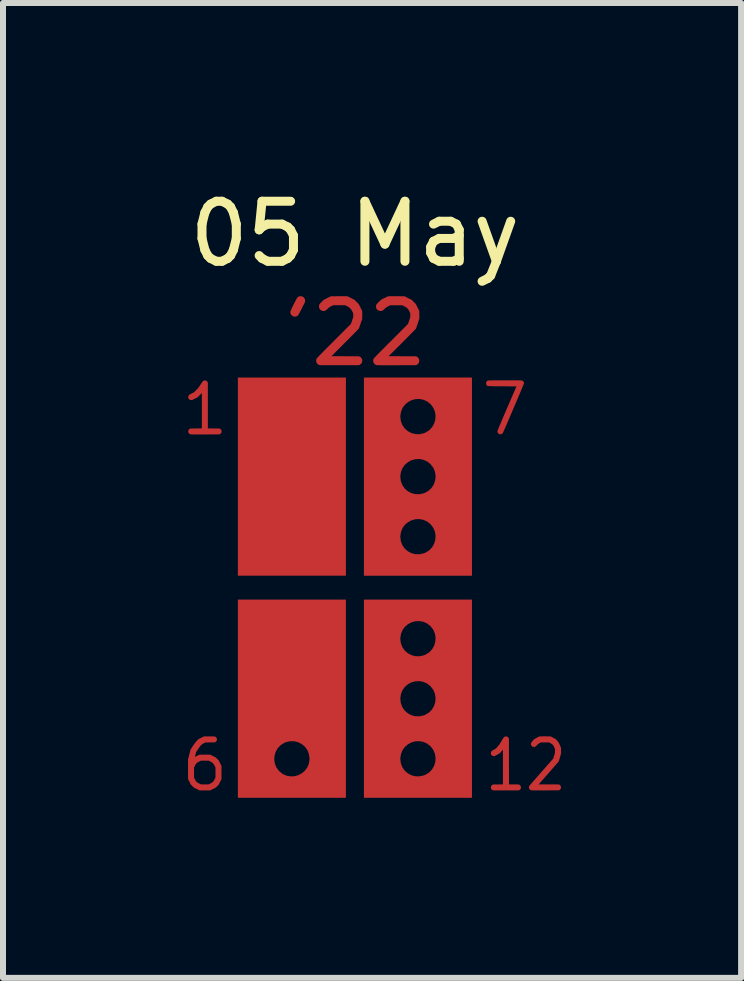
<source format=kicad_pcb>
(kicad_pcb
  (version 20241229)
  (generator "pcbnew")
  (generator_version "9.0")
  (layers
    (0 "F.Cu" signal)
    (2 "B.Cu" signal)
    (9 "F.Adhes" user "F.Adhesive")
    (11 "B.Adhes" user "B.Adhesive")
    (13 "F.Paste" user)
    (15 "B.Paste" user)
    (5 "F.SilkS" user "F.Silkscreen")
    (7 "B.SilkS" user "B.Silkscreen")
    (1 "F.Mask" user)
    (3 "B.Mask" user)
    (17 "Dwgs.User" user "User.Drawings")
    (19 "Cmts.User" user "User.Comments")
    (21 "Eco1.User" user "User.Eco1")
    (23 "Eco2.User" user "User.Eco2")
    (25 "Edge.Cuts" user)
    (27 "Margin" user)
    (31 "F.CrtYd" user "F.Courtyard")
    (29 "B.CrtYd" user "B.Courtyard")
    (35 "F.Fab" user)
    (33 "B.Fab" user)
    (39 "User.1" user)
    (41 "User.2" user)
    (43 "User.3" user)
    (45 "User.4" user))
  (footprint "05 May"
    (layer "F.Cu")
    (at 2.863 6.741)
    (property "Reference" "05 May" (at 0 -5.893 0) (unlocked yes) (layer "F.SilkS") (effects (font (size 1 1) (thickness 0.15))))
    (attr smd)
    (pad "1" smd custom (at -2.718 2.996) (size 0.01 0.01) (layers "F.Cu" "F.Mask" "F.Paste") (options (anchor circle)) (primitives (gr_poly (pts (xy 0.312 -0.518) (xy 0.329 -0.518) (xy 0.342 -0.518) (xy 0.354 -0.518) (xy 0.363 -0.517) (xy 0.37 -0.517) (xy 0.376 -0.517) (xy 0.38 -0.517) (xy 0.383 -0.516) (xy 0.385 -0.516) (xy 0.387 -0.515) (xy 0.389 -0.515) (xy 0.39 -0.514) (xy 0.399 -0.508) (xy 0.408 -0.5) (xy 0.414 -0.49) (xy 0.415 -0.489) (xy 0.417 -0.484) (xy 0.418 -0.479) (xy 0.419 -0.472) (xy 0.419 -0.468) (xy 0.418 -0.46) (xy 0.418 -0.454) (xy 0.416 -0.449) (xy 0.415 -0.447) (xy 0.408 -0.437) (xy 0.4 -0.429) (xy 0.391 -0.423) (xy 0.39 -0.422) (xy 0.388 -0.421) (xy 0.386 -0.421) (xy 0.384 -0.42) (xy 0.381 -0.42) (xy 0.376 -0.419) (xy 0.371 -0.419) (xy 0.364 -0.419) (xy 0.355 -0.418) (xy 0.344 -0.418) (xy 0.33 -0.418) (xy 0.313 -0.418) (xy 0.305 -0.418) (xy 0.227 -0.417) (xy 0.199 -0.403) (xy 0.189 -0.398) (xy 0.182 -0.394) (xy 0.176 -0.39) (xy 0.171 -0.387) (xy 0.167 -0.383) (xy 0.162 -0.379) (xy 0.157 -0.374) (xy 0.155 -0.372) (xy 0.15 -0.367) (xy 0.145 -0.362) (xy 0.141 -0.356) (xy 0.135 -0.349) (xy 0.129 -0.341) (xy 0.122 -0.331) (xy 0.114 -0.319) (xy 0.106 -0.306) (xy 0.072 -0.257) (xy 0.063 -0.219) (xy 0.06 -0.208) (xy 0.057 -0.198) (xy 0.055 -0.19) (xy 0.054 -0.184) (xy 0.053 -0.18) (xy 0.053 -0.179) (xy 0.054 -0.179) (xy 0.058 -0.18) (xy 0.064 -0.183) (xy 0.072 -0.187) (xy 0.081 -0.191) (xy 0.09 -0.195) (xy 0.128 -0.214) (xy 0.307 -0.214) (xy 0.399 -0.168) (xy 0.424 -0.143) (xy 0.449 -0.118) (xy 0.472 -0.072) (xy 0.495 -0.026) (xy 0.495 0.193) (xy 0.472 0.239) (xy 0.449 0.285) (xy 0.424 0.31) (xy 0.399 0.335) (xy 0.353 0.358) (xy 0.307 0.381) (xy 0.22 0.381) (xy 0.199 0.381) (xy 0.182 0.381) (xy 0.168 0.381) (xy 0.156 0.381) (xy 0.146 0.381) (xy 0.138 0.38) (xy 0.133 0.38) (xy 0.129 0.38) (xy 0.127 0.379) (xy 0.126 0.379) (xy 0.123 0.378) (xy 0.118 0.375) (xy 0.11 0.372) (xy 0.1 0.367) (xy 0.09 0.362) (xy 0.079 0.356) (xy 0.077 0.355) (xy 0.034 0.334) (xy 0.009 0.309) (xy -0.017 0.284) (xy -0.039 0.238) (xy -0.062 0.193) (xy -0.062 0.167) (xy 0.038 0.167) (xy 0.053 0.196) (xy 0.058 0.206) (xy 0.062 0.214) (xy 0.065 0.22) (xy 0.069 0.225) (xy 0.072 0.229) (xy 0.076 0.233) (xy 0.08 0.238) (xy 0.08 0.238) (xy 0.085 0.243) (xy 0.089 0.246) (xy 0.094 0.25) (xy 0.099 0.253) (xy 0.106 0.257) (xy 0.114 0.261) (xy 0.123 0.266) (xy 0.153 0.281) (xy 0.217 0.281) (xy 0.281 0.281) (xy 0.309 0.267) (xy 0.319 0.261) (xy 0.327 0.257) (xy 0.333 0.254) (xy 0.338 0.251) (xy 0.343 0.247) (xy 0.347 0.243) (xy 0.351 0.239) (xy 0.356 0.234) (xy 0.36 0.23) (xy 0.363 0.226) (xy 0.367 0.221) (xy 0.37 0.216) (xy 0.374 0.208) (xy 0.379 0.198) (xy 0.38 0.196) (xy 0.395 0.167) (xy 0.395 0) (xy 0.38 -0.029) (xy 0.375 -0.039) (xy 0.371 -0.047) (xy 0.367 -0.053) (xy 0.364 -0.058) (xy 0.361 -0.062) (xy 0.357 -0.066) (xy 0.353 -0.071) (xy 0.351 -0.072) (xy 0.346 -0.077) (xy 0.342 -0.081) (xy 0.337 -0.084) (xy 0.332 -0.088) (xy 0.326 -0.091) (xy 0.318 -0.095) (xy 0.309 -0.1) (xy 0.281 -0.114) (xy 0.154 -0.114) (xy 0.123 -0.099) (xy 0.113 -0.094) (xy 0.105 -0.089) (xy 0.099 -0.086) (xy 0.093 -0.083) (xy 0.089 -0.079) (xy 0.085 -0.076) (xy 0.08 -0.071) (xy 0.076 -0.067) (xy 0.072 -0.063) (xy 0.069 -0.059) (xy 0.066 -0.054) (xy 0.062 -0.048) (xy 0.058 -0.04) (xy 0.053 -0.03) (xy 0.053 -0.029) (xy 0.038 0) (xy 0.038 0.167) (xy -0.062 0.167) (xy -0.062 0.031) (xy -0.063 -0.132) (xy -0.042 -0.215) (xy -0.038 -0.231) (xy -0.034 -0.246) (xy -0.03 -0.261) (xy -0.027 -0.273) (xy -0.024 -0.284) (xy -0.022 -0.293) (xy -0.02 -0.299) (xy -0.019 -0.302) (xy -0.018 -0.303) (xy -0.017 -0.305) (xy -0.014 -0.31) (xy -0.009 -0.316) (xy -0.003 -0.325) (xy 0.003 -0.335) (xy 0.011 -0.347) (xy 0.019 -0.359) (xy 0.025 -0.367) (xy 0.034 -0.381) (xy 0.043 -0.393) (xy 0.049 -0.403) (xy 0.055 -0.411) (xy 0.06 -0.418) (xy 0.064 -0.423) (xy 0.069 -0.428) (xy 0.073 -0.433) (xy 0.077 -0.438) (xy 0.082 -0.442) (xy 0.087 -0.448) (xy 0.088 -0.449) (xy 0.111 -0.472) (xy 0.157 -0.495) (xy 0.203 -0.518) (xy 0.293 -0.518)) (width 0) (fill yes))))
    (pad "1" smd custom (at -2.515 -2.794) (size 0.01 0.01) (layers "F.Cu" "F.Mask" "F.Paste") (options (anchor circle)) (primitives (gr_poly (pts (xy 0.025 -0.658) (xy 0.037 -0.654) (xy 0.047 -0.647) (xy 0.055 -0.639) (xy 0.061 -0.629) (xy 0.065 -0.622) (xy 0.065 0.14) (xy 0.161 0.141) (xy 0.182 0.141) (xy 0.199 0.141) (xy 0.213 0.141) (xy 0.225 0.141) (xy 0.235 0.141) (xy 0.243 0.142) (xy 0.249 0.142) (xy 0.253 0.142) (xy 0.257 0.143) (xy 0.26 0.143) (xy 0.262 0.144) (xy 0.264 0.144) (xy 0.265 0.145) (xy 0.275 0.151) (xy 0.283 0.159) (xy 0.289 0.169) (xy 0.29 0.17) (xy 0.292 0.175) (xy 0.293 0.18) (xy 0.294 0.187) (xy 0.294 0.191) (xy 0.294 0.199) (xy 0.293 0.205) (xy 0.291 0.21) (xy 0.29 0.212) (xy 0.283 0.222) (xy 0.275 0.23) (xy 0.266 0.236) (xy 0.265 0.237) (xy 0.257 0.24) (xy 0.018 0.241) (xy -0.014 0.241) (xy -0.044 0.241) (xy -0.071 0.241) (xy -0.095 0.241) (xy -0.116 0.241) (xy -0.135 0.241) (xy -0.152 0.241) (xy -0.166 0.241) (xy -0.178 0.241) (xy -0.189 0.241) (xy -0.198 0.24) (xy -0.205 0.24) (xy -0.211 0.24) (xy -0.216 0.24) (xy -0.22 0.24) (xy -0.223 0.239) (xy -0.225 0.239) (xy -0.227 0.239) (xy -0.228 0.238) (xy -0.229 0.238) (xy -0.24 0.233) (xy -0.249 0.225) (xy -0.255 0.216) (xy -0.26 0.206) (xy -0.262 0.196) (xy -0.262 0.185) (xy -0.259 0.174) (xy -0.255 0.164) (xy -0.248 0.155) (xy -0.238 0.148) (xy -0.233 0.145) (xy -0.231 0.144) (xy -0.23 0.144) (xy -0.228 0.143) (xy -0.225 0.143) (xy -0.221 0.142) (xy -0.217 0.142) (xy -0.21 0.142) (xy -0.202 0.141) (xy -0.193 0.141) (xy -0.181 0.141) (xy -0.166 0.141) (xy -0.149 0.141) (xy -0.13 0.141) (xy -0.035 0.14) (xy -0.035 -0.449) (xy -0.071 -0.413) (xy -0.107 -0.377) (xy -0.198 -0.332) (xy -0.212 -0.332) (xy -0.22 -0.332) (xy -0.226 -0.333) (xy -0.231 -0.334) (xy -0.234 -0.336) (xy -0.244 -0.343) (xy -0.253 -0.352) (xy -0.258 -0.36) (xy -0.261 -0.369) (xy -0.262 -0.379) (xy -0.261 -0.39) (xy -0.259 -0.399) (xy -0.258 -0.402) (xy -0.256 -0.407) (xy -0.253 -0.411) (xy -0.249 -0.415) (xy -0.244 -0.419) (xy -0.238 -0.424) (xy -0.229 -0.428) (xy -0.219 -0.434) (xy -0.206 -0.441) (xy -0.204 -0.442) (xy -0.166 -0.461) (xy -0.131 -0.497) (xy -0.095 -0.533) (xy -0.058 -0.588) (xy -0.048 -0.603) (xy -0.04 -0.616) (xy -0.033 -0.626) (xy -0.027 -0.634) (xy -0.022 -0.64) (xy -0.018 -0.645) (xy -0.014 -0.649) (xy -0.011 -0.652) (xy -0.007 -0.654) (xy -0.003 -0.655) (xy 0.001 -0.657) (xy 0.001 -0.657) (xy 0.013 -0.659)) (width 0) (fill yes))))
    (pad "1" smd custom (at -1.473 3.319) (size 0.01 0.01) (layers "F.Cu" "F.Mask" "F.Paste") (options (anchor circle)) (primitives (gr_poly (pts (xy -0.477 -3.12) (xy 1.323 -3.12) (xy 1.323 -0.469) (xy 0.717 -0.469) (xy 0.708 -0.543) (xy 0.683 -0.609) (xy 0.644 -0.665) (xy 0.593 -0.71) (xy 0.534 -0.742) (xy 0.468 -0.76) (xy 0.397 -0.762) (xy 0.325 -0.746) (xy 0.298 -0.735) (xy 0.237 -0.697) (xy 0.188 -0.646) (xy 0.154 -0.587) (xy 0.134 -0.521) (xy 0.129 -0.453) (xy 0.14 -0.385) (xy 0.167 -0.321) (xy 0.211 -0.263) (xy 0.214 -0.26) (xy 0.272 -0.214) (xy 0.336 -0.186) (xy 0.402 -0.175) (xy 0.468 -0.178) (xy 0.531 -0.196) (xy 0.589 -0.227) (xy 0.639 -0.27) (xy 0.679 -0.323) (xy 0.706 -0.387) (xy 0.717 -0.459) (xy 0.717 -0.469) (xy 1.323 -0.469) (xy 1.323 0.182) (xy -0.477 0.182)) (width 0) (fill yes))))
    (pad "1" smd custom (at -1.448 -0.432) (size 0.01 0.01) (layers "F.Cu" "F.Mask" "F.Paste") (options (anchor circle)) (primitives (gr_poly (pts (xy 1.298 0.232) (xy -0.502 0.232) (xy -0.502 -3.069) (xy 1.298 -3.069)) (width 0) (fill yes))))
    (pad "1" smd custom (at -0.914 -4.75) (size 0.01 0.01) (layers "F.Cu" "F.Mask" "F.Paste") (options (anchor circle)) (primitives (gr_poly (pts (xy 0.028 -0.104) (xy 0.043 -0.099) (xy 0.057 -0.09) (xy 0.063 -0.085) (xy 0.074 -0.071) (xy 0.08 -0.057) (xy 0.083 -0.04) (xy 0.084 -0.031) (xy 0.084 -0.012) (xy 0.03 0.095) (xy 0.017 0.122) (xy 0.005 0.144) (xy -0.004 0.163) (xy -0.013 0.178) (xy -0.02 0.191) (xy -0.026 0.201) (xy -0.031 0.208) (xy -0.036 0.214) (xy -0.04 0.219) (xy -0.045 0.222) (xy -0.05 0.225) (xy -0.055 0.228) (xy -0.056 0.228) (xy -0.068 0.232) (xy -0.082 0.234) (xy -0.097 0.234) (xy -0.109 0.231) (xy -0.109 0.231) (xy -0.126 0.223) (xy -0.14 0.212) (xy -0.151 0.197) (xy -0.159 0.181) (xy -0.162 0.163) (xy -0.162 0.152) (xy -0.16 0.146) (xy -0.157 0.137) (xy -0.151 0.124) (xy -0.144 0.109) (xy -0.136 0.091) (xy -0.127 0.072) (xy -0.117 0.052) (xy -0.107 0.031) (xy -0.097 0.011) (xy -0.086 -0.009) (xy -0.077 -0.028) (xy -0.067 -0.045) (xy -0.059 -0.06) (xy -0.052 -0.072) (xy -0.047 -0.08) (xy -0.043 -0.085) (xy -0.031 -0.095) (xy -0.018 -0.102) (xy -0.003 -0.105) (xy 0.01 -0.106)) (width 0) (fill yes))))
    (pad "1" smd custom (at 0.076 -4.572) (size 0.01 0.01) (layers "F.Cu" "F.Mask" "F.Paste") (options (anchor circle)) (primitives (gr_poly (pts (xy -0.263 -0.284) (xy -0.244 -0.284) (xy -0.229 -0.284) (xy -0.218 -0.283) (xy -0.209 -0.283) (xy -0.203 -0.282) (xy -0.199 -0.282) (xy -0.199 -0.282) (xy -0.194 -0.28) (xy -0.185 -0.276) (xy -0.173 -0.27) (xy -0.16 -0.263) (xy -0.145 -0.256) (xy -0.136 -0.251) (xy -0.083 -0.224) (xy -0.014 -0.155) (xy 0.014 -0.102) (xy 0.021 -0.086) (xy 0.029 -0.072) (xy 0.035 -0.059) (xy 0.04 -0.048) (xy 0.043 -0.041) (xy 0.044 -0.039) (xy 0.045 -0.033) (xy 0.046 -0.025) (xy 0.046 -0.014) (xy 0.047 0.001) (xy 0.047 0.021) (xy 0.046 0.033) (xy 0.046 0.095) (xy 0.02 0.168) (xy 0.014 0.187) (xy 0.008 0.204) (xy 0.002 0.22) (xy -0.003 0.233) (xy -0.006 0.243) (xy -0.009 0.25) (xy -0.009 0.251) (xy -0.011 0.254) (xy -0.014 0.258) (xy -0.02 0.264) (xy -0.027 0.272) (xy -0.037 0.283) (xy -0.05 0.296) (xy -0.064 0.311) (xy -0.082 0.329) (xy -0.102 0.35) (xy -0.125 0.373) (xy -0.152 0.399) (xy -0.181 0.429) (xy -0.214 0.462) (xy -0.24 0.488) (xy -0.466 0.715) (xy -0.237 0.716) (xy -0.199 0.716) (xy -0.165 0.716) (xy -0.135 0.716) (xy -0.109 0.716) (xy -0.087 0.716) (xy -0.068 0.716) (xy -0.052 0.716) (xy -0.039 0.717) (xy -0.029 0.717) (xy -0.021 0.717) (xy -0.014 0.718) (xy -0.009 0.718) (xy -0.006 0.719) (xy -0.003 0.719) (xy -0.000429 0.72) (xy 0.002 0.721) (xy 0.003 0.722) (xy 0.017 0.73) (xy 0.029 0.743) (xy 0.039 0.757) (xy 0.04 0.758) (xy 0.043 0.766) (xy 0.045 0.775) (xy 0.046 0.785) (xy 0.046 0.79) (xy 0.045 0.802) (xy 0.044 0.811) (xy 0.041 0.819) (xy 0.04 0.822) (xy 0.03 0.837) (xy 0.018 0.85) (xy 0.004 0.859) (xy 0.003 0.859) (xy -0.009 0.865) (xy -0.334 0.865) (xy -0.381 0.865) (xy -0.423 0.865) (xy -0.461 0.865) (xy -0.495 0.865) (xy -0.524 0.865) (xy -0.55 0.865) (xy -0.573 0.865) (xy -0.592 0.865) (xy -0.609 0.865) (xy -0.623 0.865) (xy -0.635 0.865) (xy -0.644 0.864) (xy -0.652 0.864) (xy -0.658 0.864) (xy -0.662 0.863) (xy -0.666 0.863) (xy -0.669 0.862) (xy -0.671 0.862) (xy -0.672 0.861) (xy -0.689 0.853) (xy -0.702 0.842) (xy -0.713 0.827) (xy -0.719 0.811) (xy -0.722 0.793) (xy -0.721 0.775) (xy -0.715 0.758) (xy -0.714 0.756) (xy -0.712 0.753) (xy -0.708 0.748) (xy -0.703 0.743) (xy -0.697 0.736) (xy -0.689 0.727) (xy -0.679 0.717) (xy -0.667 0.704) (xy -0.653 0.69) (xy -0.637 0.674) (xy -0.618 0.655) (xy -0.597 0.633) (xy -0.573 0.609) (xy -0.547 0.582) (xy -0.517 0.553) (xy -0.484 0.52) (xy -0.448 0.484) (xy -0.426 0.461) (xy -0.142 0.177) (xy -0.104 0.063) (xy -0.104 0.032) (xy -0.104 0.001) (xy -0.12 -0.031) (xy -0.128 -0.045) (xy -0.134 -0.057) (xy -0.141 -0.066) (xy -0.148 -0.074) (xy -0.154 -0.081) (xy -0.162 -0.089) (xy -0.17 -0.095) (xy -0.178 -0.101) (xy -0.187 -0.107) (xy -0.2 -0.114) (xy -0.205 -0.116) (xy -0.239 -0.134) (xy -0.438 -0.134) (xy -0.471 -0.117) (xy -0.484 -0.111) (xy -0.494 -0.105) (xy -0.503 -0.099) (xy -0.511 -0.093) (xy -0.52 -0.085) (xy -0.53 -0.075) (xy -0.544 -0.062) (xy -0.555 -0.053) (xy -0.564 -0.046) (xy -0.574 -0.042) (xy -0.583 -0.04) (xy -0.594 -0.039) (xy -0.6 -0.038) (xy -0.618 -0.04) (xy -0.633 -0.045) (xy -0.647 -0.054) (xy -0.653 -0.059) (xy -0.664 -0.073) (xy -0.671 -0.087) (xy -0.674 -0.104) (xy -0.674 -0.113) (xy -0.674 -0.123) (xy -0.673 -0.133) (xy -0.67 -0.141) (xy -0.666 -0.149) (xy -0.659 -0.158) (xy -0.65 -0.169) (xy -0.638 -0.181) (xy -0.629 -0.191) (xy -0.595 -0.224) (xy -0.536 -0.254) (xy -0.476 -0.283) (xy -0.343 -0.284) (xy -0.312 -0.284) (xy -0.285 -0.284)) (width 0) (fill yes))))
    (pad "1" smd custom (at 0.381 -1.524) (size 0.2 0.2) (layers "F.Cu" "F.Mask" "F.Paste") (options (anchor circle)) (primitives (gr_poly (pts (xy 1.569 1.325) (xy -0.231 1.325) (xy -0.231 0.674) (xy 0.375 0.674) (xy 0.384 0.749) (xy 0.409 0.815) (xy 0.448 0.871) (xy 0.499 0.916) (xy 0.558 0.948) (xy 0.625 0.966) (xy 0.695 0.967) (xy 0.767 0.951) (xy 0.794 0.941) (xy 0.856 0.902) (xy 0.904 0.852) (xy 0.938 0.793) (xy 0.958 0.727) (xy 0.963 0.659) (xy 0.952 0.591) (xy 0.925 0.527) (xy 0.881 0.469) (xy 0.878 0.466) (xy 0.82 0.42) (xy 0.756 0.392) (xy 0.69 0.381) (xy 0.625 0.384) (xy 0.561 0.402) (xy 0.503 0.433) (xy 0.453 0.475) (xy 0.413 0.529) (xy 0.387 0.593) (xy 0.375 0.665) (xy 0.375 0.674) (xy -0.231 0.674) (xy -0.231 -0.326) (xy 0.375 -0.326) (xy 0.384 -0.252) (xy 0.409 -0.186) (xy 0.448 -0.129) (xy 0.499 -0.084) (xy 0.558 -0.052) (xy 0.625 -0.035) (xy 0.695 -0.033) (xy 0.767 -0.049) (xy 0.794 -0.06) (xy 0.856 -0.098) (xy 0.904 -0.148) (xy 0.938 -0.208) (xy 0.958 -0.273) (xy 0.963 -0.341) (xy 0.952 -0.409) (xy 0.925 -0.474) (xy 0.881 -0.531) (xy 0.878 -0.535) (xy 0.82 -0.58) (xy 0.756 -0.608) (xy 0.69 -0.62) (xy 0.625 -0.616) (xy 0.561 -0.599) (xy 0.503 -0.568) (xy 0.453 -0.525) (xy 0.413 -0.471) (xy 0.387 -0.408) (xy 0.375 -0.335) (xy 0.375 -0.326) (xy -0.231 -0.326) (xy -0.231 -1.326) (xy 0.375 -1.326) (xy 0.384 -1.252) (xy 0.409 -1.186) (xy 0.448 -1.13) (xy 0.499 -1.085) (xy 0.558 -1.053) (xy 0.625 -1.035) (xy 0.695 -1.033) (xy 0.767 -1.049) (xy 0.794 -1.06) (xy 0.856 -1.098) (xy 0.904 -1.149) (xy 0.938 -1.208) (xy 0.958 -1.274) (xy 0.963 -1.342) (xy 0.952 -1.41) (xy 0.925 -1.474) (xy 0.881 -1.532) (xy 0.878 -1.535) (xy 0.82 -1.581) (xy 0.756 -1.609) (xy 0.69 -1.62) (xy 0.625 -1.617) (xy 0.561 -1.599) (xy 0.503 -1.568) (xy 0.453 -1.525) (xy 0.413 -1.472) (xy 0.387 -1.408) (xy 0.375 -1.336) (xy 0.375 -1.326) (xy -0.231 -1.326) (xy -0.231 -1.977) (xy 1.569 -1.977)) (width 0) (fill yes))))
    (pad "1" smd custom (at 0.381 1.016) (size 0.2 0.2) (layers "F.Cu" "F.Mask" "F.Paste") (options (anchor circle)) (primitives (gr_poly (pts (xy 1.569 2.485) (xy -0.231 2.485) (xy -0.231 1.834) (xy 0.375 1.834) (xy 0.384 1.909) (xy 0.409 1.975) (xy 0.448 2.031) (xy 0.499 2.076) (xy 0.558 2.108) (xy 0.625 2.126) (xy 0.695 2.127) (xy 0.767 2.111) (xy 0.794 2.101) (xy 0.856 2.062) (xy 0.904 2.012) (xy 0.938 1.953) (xy 0.958 1.887) (xy 0.963 1.819) (xy 0.952 1.751) (xy 0.925 1.687) (xy 0.881 1.629) (xy 0.878 1.626) (xy 0.82 1.58) (xy 0.756 1.552) (xy 0.69 1.541) (xy 0.625 1.544) (xy 0.561 1.562) (xy 0.503 1.593) (xy 0.453 1.635) (xy 0.413 1.689) (xy 0.387 1.753) (xy 0.375 1.825) (xy 0.375 1.834) (xy -0.231 1.834) (xy -0.231 0.834) (xy 0.375 0.834) (xy 0.384 0.908) (xy 0.409 0.974) (xy 0.448 1.031) (xy 0.499 1.076) (xy 0.558 1.108) (xy 0.625 1.125) (xy 0.695 1.127) (xy 0.767 1.111) (xy 0.794 1.1) (xy 0.856 1.062) (xy 0.904 1.012) (xy 0.938 0.952) (xy 0.958 0.887) (xy 0.963 0.819) (xy 0.952 0.751) (xy 0.925 0.686) (xy 0.881 0.629) (xy 0.878 0.625) (xy 0.82 0.58) (xy 0.756 0.552) (xy 0.69 0.54) (xy 0.625 0.544) (xy 0.561 0.561) (xy 0.503 0.592) (xy 0.453 0.635) (xy 0.413 0.689) (xy 0.387 0.752) (xy 0.375 0.825) (xy 0.375 0.834) (xy -0.231 0.834) (xy -0.231 -0.166) (xy 0.375 -0.166) (xy 0.384 -0.092) (xy 0.409 -0.026) (xy 0.448 0.03) (xy 0.499 0.075) (xy 0.558 0.107) (xy 0.625 0.125) (xy 0.695 0.127) (xy 0.767 0.111) (xy 0.794 0.1) (xy 0.856 0.062) (xy 0.904 0.011) (xy 0.938 -0.048) (xy 0.958 -0.114) (xy 0.963 -0.182) (xy 0.952 -0.25) (xy 0.925 -0.314) (xy 0.881 -0.372) (xy 0.878 -0.375) (xy 0.82 -0.421) (xy 0.756 -0.449) (xy 0.69 -0.46) (xy 0.625 -0.457) (xy 0.561 -0.439) (xy 0.503 -0.408) (xy 0.453 -0.365) (xy 0.413 -0.312) (xy 0.387 -0.248) (xy 0.375 -0.176) (xy 0.375 -0.166) (xy -0.231 -0.166) (xy -0.231 -0.817) (xy 1.569 -0.817)) (width 0) (fill yes))))
    (pad "1" smd custom (at 0.965 -4.724) (size 0.01 0.01) (layers "F.Cu" "F.Mask" "F.Paste") (options (anchor circle)) (primitives (gr_poly (pts (xy -0.308 -0.132) (xy -0.277 -0.132) (xy -0.272 -0.132) (xy -0.138 -0.131) (xy -0.079 -0.101) (xy -0.019 -0.072) (xy 0.015 -0.037) (xy 0.05 -0.002) (xy 0.078 0.055) (xy 0.107 0.113) (xy 0.108 0.177) (xy 0.108 0.241) (xy 0.082 0.321) (xy 0.076 0.34) (xy 0.069 0.358) (xy 0.064 0.375) (xy 0.059 0.388) (xy 0.055 0.399) (xy 0.053 0.406) (xy 0.052 0.408) (xy 0.05 0.411) (xy 0.044 0.417) (xy 0.036 0.426) (xy 0.024 0.438) (xy 0.01 0.452) (xy -0.006 0.469) (xy -0.025 0.488) (xy -0.046 0.509) (xy -0.069 0.532) (xy -0.093 0.557) (xy -0.118 0.582) (xy -0.145 0.609) (xy -0.173 0.637) (xy -0.177 0.642) (xy -0.403 0.867) (xy -0.175 0.868) (xy -0.136 0.868) (xy -0.102 0.868) (xy -0.073 0.868) (xy -0.047 0.868) (xy -0.025 0.869) (xy -0.006 0.869) (xy 0.009 0.869) (xy 0.022 0.869) (xy 0.032 0.869) (xy 0.041 0.87) (xy 0.047 0.87) (xy 0.052 0.871) (xy 0.056 0.871) (xy 0.058 0.872) (xy 0.061 0.873) (xy 0.063 0.873) (xy 0.064 0.874) (xy 0.078 0.883) (xy 0.091 0.895) (xy 0.1 0.91) (xy 0.101 0.911) (xy 0.105 0.925) (xy 0.107 0.941) (xy 0.106 0.957) (xy 0.102 0.972) (xy 0.101 0.975) (xy 0.091 0.989) (xy 0.079 1.002) (xy 0.065 1.011) (xy 0.064 1.012) (xy 0.052 1.017) (xy -0.273 1.018) (xy -0.32 1.018) (xy -0.362 1.018) (xy -0.4 1.018) (xy -0.433 1.018) (xy -0.463 1.018) (xy -0.489 1.018) (xy -0.512 1.018) (xy -0.531 1.018) (xy -0.548 1.017) (xy -0.562 1.017) (xy -0.573 1.017) (xy -0.583 1.017) (xy -0.591 1.017) (xy -0.597 1.016) (xy -0.601 1.016) (xy -0.605 1.015) (xy -0.608 1.015) (xy -0.61 1.014) (xy -0.611 1.014) (xy -0.627 1.006) (xy -0.641 0.994) (xy -0.651 0.98) (xy -0.658 0.963) (xy -0.661 0.946) (xy -0.66 0.928) (xy -0.654 0.91) (xy -0.652 0.908) (xy -0.65 0.904) (xy -0.645 0.899) (xy -0.639 0.892) (xy -0.631 0.884) (xy -0.621 0.873) (xy -0.609 0.861) (xy -0.595 0.846) (xy -0.578 0.829) (xy -0.559 0.81) (xy -0.538 0.788) (xy -0.513 0.763) (xy -0.486 0.736) (xy -0.455 0.705) (xy -0.422 0.671) (xy -0.385 0.634) (xy -0.364 0.614) (xy -0.08 0.329) (xy -0.061 0.274) (xy -0.043 0.218) (xy -0.043 0.152) (xy -0.059 0.12) (xy -0.069 0.1) (xy -0.079 0.084) (xy -0.09 0.071) (xy -0.102 0.06) (xy -0.116 0.05) (xy -0.134 0.04) (xy -0.142 0.036) (xy -0.176 0.019) (xy -0.376 0.019) (xy -0.41 0.036) (xy -0.424 0.044) (xy -0.435 0.049) (xy -0.443 0.055) (xy -0.451 0.061) (xy -0.46 0.069) (xy -0.47 0.078) (xy -0.47 0.078) (xy -0.483 0.091) (xy -0.494 0.1) (xy -0.504 0.107) (xy -0.514 0.111) (xy -0.524 0.113) (xy -0.536 0.114) (xy -0.539 0.114) (xy -0.557 0.112) (xy -0.572 0.107) (xy -0.586 0.099) (xy -0.592 0.093) (xy -0.603 0.08) (xy -0.61 0.065) (xy -0.613 0.049) (xy -0.613 0.04) (xy -0.613 0.03) (xy -0.611 0.021) (xy -0.609 0.012) (xy -0.604 0.004) (xy -0.598 -0.005) (xy -0.588 -0.015) (xy -0.576 -0.028) (xy -0.566 -0.038) (xy -0.531 -0.072) (xy -0.479 -0.099) (xy -0.463 -0.107) (xy -0.449 -0.114) (xy -0.436 -0.12) (xy -0.425 -0.125) (xy -0.418 -0.128) (xy -0.416 -0.129) (xy -0.412 -0.13) (xy -0.406 -0.13) (xy -0.398 -0.131) (xy -0.387 -0.131) (xy -0.373 -0.132) (xy -0.355 -0.132) (xy -0.333 -0.132)) (width 0) (fill yes))))
    (pad "1" smd custom (at 2.667 3.353) (size 0.01 0.01) (layers "F.Cu" "F.Mask" "F.Paste") (options (anchor circle)) (primitives (gr_poly (pts (xy -0.137 -0.873) (xy -0.126 -0.868) (xy -0.117 -0.862) (xy -0.109 -0.853) (xy -0.105 -0.846) (xy -0.101 -0.838) (xy -0.101 -0.457) (xy -0.1 -0.076) (xy 0.062 -0.075) (xy 0.071 -0.071) (xy 0.081 -0.064) (xy 0.09 -0.054) (xy 0.095 -0.047) (xy 0.097 -0.041) (xy 0.098 -0.036) (xy 0.099 -0.029) (xy 0.099 -0.025) (xy 0.099 -0.018) (xy 0.098 -0.012) (xy 0.096 -0.007) (xy 0.095 -0.004) (xy 0.088 0.007) (xy 0.078 0.015) (xy 0.071 0.02) (xy 0.062 0.024) (xy -0.149 0.024) (xy -0.181 0.024) (xy -0.21 0.024) (xy -0.236 0.024) (xy -0.259 0.024) (xy -0.279 0.024) (xy -0.297 0.024) (xy -0.312 0.024) (xy -0.325 0.024) (xy -0.336 0.024) (xy -0.345 0.024) (xy -0.353 0.024) (xy -0.358 0.023) (xy -0.362 0.023) (xy -0.365 0.023) (xy -0.367 0.023) (xy -0.367 0.023) (xy -0.378 0.018) (xy -0.387 0.01) (xy -0.394 0.002) (xy -0.399 -0.008) (xy -0.402 -0.019) (xy -0.402 -0.03) (xy -0.4 -0.041) (xy -0.395 -0.051) (xy -0.388 -0.06) (xy -0.379 -0.068) (xy -0.373 -0.071) (xy -0.365 -0.075) (xy -0.283 -0.075) (xy -0.201 -0.076) (xy -0.201 -0.364) (xy -0.201 -0.395) (xy -0.201 -0.424) (xy -0.201 -0.453) (xy -0.201 -0.48) (xy -0.201 -0.506) (xy -0.201 -0.531) (xy -0.201 -0.553) (xy -0.201 -0.574) (xy -0.201 -0.593) (xy -0.201 -0.609) (xy -0.201 -0.623) (xy -0.201 -0.635) (xy -0.201 -0.643) (xy -0.202 -0.649) (xy -0.202 -0.652) (xy -0.202 -0.652) (xy -0.203 -0.651) (xy -0.206 -0.648) (xy -0.211 -0.643) (xy -0.216 -0.636) (xy -0.223 -0.628) (xy -0.226 -0.625) (xy -0.233 -0.617) (xy -0.239 -0.61) (xy -0.245 -0.604) (xy -0.25 -0.599) (xy -0.252 -0.596) (xy -0.253 -0.596) (xy -0.256 -0.593) (xy -0.262 -0.59) (xy -0.269 -0.586) (xy -0.278 -0.581) (xy -0.288 -0.575) (xy -0.298 -0.569) (xy -0.308 -0.564) (xy -0.317 -0.559) (xy -0.325 -0.555) (xy -0.332 -0.551) (xy -0.337 -0.549) (xy -0.338 -0.549) (xy -0.35 -0.547) (xy -0.361 -0.548) (xy -0.373 -0.551) (xy -0.383 -0.558) (xy -0.392 -0.566) (xy -0.398 -0.575) (xy -0.401 -0.585) (xy -0.402 -0.595) (xy -0.401 -0.606) (xy -0.399 -0.615) (xy -0.398 -0.618) (xy -0.395 -0.623) (xy -0.392 -0.627) (xy -0.387 -0.632) (xy -0.381 -0.636) (xy -0.374 -0.641) (xy -0.364 -0.647) (xy -0.352 -0.655) (xy -0.349 -0.656) (xy -0.316 -0.675) (xy -0.288 -0.708) (xy -0.259 -0.741) (xy -0.225 -0.799) (xy -0.216 -0.814) (xy -0.209 -0.826) (xy -0.202 -0.836) (xy -0.198 -0.844) (xy -0.193 -0.85) (xy -0.19 -0.855) (xy -0.187 -0.859) (xy -0.185 -0.861) (xy -0.183 -0.863) (xy -0.182 -0.864) (xy -0.172 -0.87) (xy -0.16 -0.874) (xy -0.149 -0.875)) (width 0) (fill yes))))
    (pad "1" smd custom (at 2.692 -3.251) (size 0.01 0.01) (layers "F.Cu" "F.Mask" "F.Paste") (options (anchor circle)) (primitives (gr_poly (pts (xy -0.139 -0.204) (xy -0.094 -0.204) (xy -0.055 -0.204) (xy -0.022 -0.204) (xy 0.006 -0.204) (xy 0.028 -0.204) (xy 0.047 -0.203) (xy 0.062 -0.203) (xy 0.073 -0.202) (xy 0.082 -0.202) (xy 0.088 -0.201) (xy 0.093 -0.2) (xy 0.096 -0.199) (xy 0.099 -0.198) (xy 0.099 -0.197) (xy 0.112 -0.187) (xy 0.121 -0.173) (xy 0.125 -0.157) (xy 0.125 -0.155) (xy 0.124 -0.15) (xy 0.12 -0.14) (xy 0.113 -0.123) (xy 0.104 -0.101) (xy 0.093 -0.075) (xy 0.08 -0.044) (xy 0.066 -0.01) (xy 0.05 0.028) (xy 0.033 0.068) (xy 0.015 0.111) (xy -0.004 0.155) (xy -0.023 0.201) (xy -0.043 0.247) (xy -0.063 0.293) (xy -0.082 0.339) (xy -0.102 0.384) (xy -0.12 0.428) (xy -0.138 0.47) (xy -0.155 0.509) (xy -0.171 0.546) (xy -0.186 0.579) (xy -0.198 0.608) (xy -0.209 0.632) (xy -0.218 0.652) (xy -0.224 0.666) (xy -0.228 0.674) (xy -0.229 0.676) (xy -0.238 0.685) (xy -0.251 0.692) (xy -0.266 0.696) (xy -0.27 0.696) (xy -0.28 0.694) (xy -0.292 0.69) (xy -0.293 0.689) (xy -0.306 0.679) (xy -0.315 0.664) (xy -0.319 0.648) (xy -0.319 0.646) (xy -0.318 0.641) (xy -0.313 0.63) (xy -0.306 0.612) (xy -0.297 0.589) (xy -0.286 0.561) (xy -0.272 0.529) (xy -0.256 0.492) (xy -0.239 0.451) (xy -0.22 0.406) (xy -0.2 0.359) (xy -0.178 0.308) (xy -0.16 0.266) (xy -0.001 -0.102) (xy -0.239 -0.104) (xy -0.288 -0.105) (xy -0.331 -0.105) (xy -0.367 -0.105) (xy -0.397 -0.106) (xy -0.422 -0.106) (xy -0.442 -0.107) (xy -0.458 -0.108) (xy -0.471 -0.109) (xy -0.48 -0.111) (xy -0.487 -0.113) (xy -0.492 -0.116) (xy -0.495 -0.119) (xy -0.498 -0.122) (xy -0.5 -0.127) (xy -0.502 -0.132) (xy -0.502 -0.132) (xy -0.507 -0.15) (xy -0.506 -0.168) (xy -0.498 -0.184) (xy -0.485 -0.196) (xy -0.482 -0.197) (xy -0.479 -0.199) (xy -0.476 -0.2) (xy -0.471 -0.201) (xy -0.465 -0.201) (xy -0.457 -0.202) (xy -0.446 -0.203) (xy -0.431 -0.203) (xy -0.413 -0.203) (xy -0.391 -0.204) (xy -0.364 -0.204) (xy -0.331 -0.204) (xy -0.293 -0.204) (xy -0.248 -0.204) (xy -0.197 -0.204) (xy -0.191 -0.204)) (width 0) (fill yes))))
    (pad "1" smd custom (at 3.277 3.327) (size 0.01 0.01) (layers "F.Cu" "F.Mask" "F.Paste") (options (anchor circle)) (primitives (gr_poly (pts (xy -0.089 -0.85) (xy -0.074 -0.85) (xy -0.06 -0.849) (xy -0.047 -0.849) (xy -0.035 -0.849) (xy -0.026 -0.849) (xy -0.019 -0.848) (xy -0.014 -0.848) (xy -0.014 -0.848) (xy -0.011 -0.847) (xy -0.005 -0.844) (xy 0.003 -0.84) (xy 0.012 -0.835) (xy 0.022 -0.829) (xy 0.032 -0.824) (xy 0.072 -0.801) (xy 0.091 -0.78) (xy 0.098 -0.772) (xy 0.104 -0.765) (xy 0.109 -0.759) (xy 0.113 -0.755) (xy 0.114 -0.752) (xy 0.116 -0.749) (xy 0.119 -0.744) (xy 0.123 -0.736) (xy 0.127 -0.727) (xy 0.132 -0.716) (xy 0.137 -0.705) (xy 0.138 -0.704) (xy 0.156 -0.661) (xy 0.157 -0.613) (xy 0.157 -0.565) (xy 0.139 -0.5) (xy 0.134 -0.483) (xy 0.13 -0.468) (xy 0.126 -0.456) (xy 0.123 -0.446) (xy 0.12 -0.439) (xy 0.118 -0.434) (xy 0.116 -0.43) (xy 0.116 -0.429) (xy 0.114 -0.427) (xy 0.111 -0.423) (xy 0.105 -0.416) (xy 0.098 -0.408) (xy 0.088 -0.397) (xy 0.078 -0.385) (xy 0.066 -0.371) (xy 0.052 -0.356) (xy 0.038 -0.339) (xy 0.022 -0.321) (xy 0.005 -0.302) (xy -0.012 -0.282) (xy -0.03 -0.261) (xy -0.049 -0.24) (xy -0.052 -0.236) (xy -0.216 -0.05) (xy -0.048 -0.05) (xy -0.021 -0.05) (xy 0.003 -0.05) (xy 0.025 -0.05) (xy 0.043 -0.05) (xy 0.059 -0.05) (xy 0.073 -0.05) (xy 0.084 -0.049) (xy 0.094 -0.049) (xy 0.102 -0.049) (xy 0.108 -0.049) (xy 0.113 -0.049) (xy 0.117 -0.048) (xy 0.12 -0.048) (xy 0.123 -0.048) (xy 0.124 -0.047) (xy 0.126 -0.047) (xy 0.127 -0.046) (xy 0.128 -0.046) (xy 0.137 -0.04) (xy 0.145 -0.032) (xy 0.152 -0.022) (xy 0.152 -0.021) (xy 0.155 -0.012) (xy 0.157 -0.001) (xy 0.156 0.01) (xy 0.153 0.019) (xy 0.152 0.021) (xy 0.146 0.031) (xy 0.138 0.039) (xy 0.128 0.046) (xy 0.128 0.046) (xy 0.12 0.049) (xy -0.108 0.05) (xy -0.141 0.05) (xy -0.171 0.05) (xy -0.197 0.05) (xy -0.221 0.05) (xy -0.242 0.05) (xy -0.261 0.05) (xy -0.277 0.05) (xy -0.292 0.05) (xy -0.304 0.05) (xy -0.314 0.049) (xy -0.322 0.049) (xy -0.329 0.049) (xy -0.334 0.049) (xy -0.338 0.049) (xy -0.341 0.048) (xy -0.342 0.048) (xy -0.343 0.048) (xy -0.354 0.043) (xy -0.363 0.035) (xy -0.371 0.026) (xy -0.376 0.015) (xy -0.378 0.003) (xy -0.378 -0.000019) (xy -0.377 -0.01) (xy -0.374 -0.02) (xy -0.369 -0.028) (xy -0.368 -0.029) (xy -0.367 -0.031) (xy -0.364 -0.035) (xy -0.358 -0.041) (xy -0.351 -0.049) (xy -0.342 -0.059) (xy -0.332 -0.071) (xy -0.32 -0.084) (xy -0.308 -0.099) (xy -0.293 -0.115) (xy -0.279 -0.132) (xy -0.263 -0.15) (xy -0.246 -0.169) (xy -0.229 -0.188) (xy -0.212 -0.208) (xy -0.194 -0.229) (xy -0.176 -0.249) (xy -0.158 -0.27) (xy -0.14 -0.29) (xy -0.122 -0.31) (xy -0.105 -0.33) (xy -0.088 -0.349) (xy -0.072 -0.368) (xy -0.056 -0.385) (xy -0.041 -0.402) (xy -0.028 -0.417) (xy -0.016 -0.431) (xy -0.005 -0.444) (xy 0.005 -0.455) (xy 0.013 -0.464) (xy 0.019 -0.471) (xy 0.024 -0.476) (xy 0.025 -0.477) (xy 0.027 -0.48) (xy 0.029 -0.485) (xy 0.031 -0.493) (xy 0.034 -0.503) (xy 0.038 -0.514) (xy 0.042 -0.527) (xy 0.042 -0.529) (xy 0.056 -0.578) (xy 0.056 -0.637) (xy 0.044 -0.666) (xy 0.039 -0.677) (xy 0.036 -0.685) (xy 0.032 -0.691) (xy 0.029 -0.696) (xy 0.026 -0.7) (xy 0.023 -0.704) (xy 0.019 -0.709) (xy 0.014 -0.714) (xy 0.01 -0.718) (xy 0.005 -0.722) (xy -0.001 -0.726) (xy -0.008 -0.73) (xy -0.017 -0.735) (xy -0.041 -0.749) (xy -0.18 -0.749) (xy -0.204 -0.735) (xy -0.213 -0.73) (xy -0.22 -0.726) (xy -0.225 -0.722) (xy -0.23 -0.719) (xy -0.234 -0.714) (xy -0.24 -0.708) (xy -0.245 -0.702) (xy -0.254 -0.693) (xy -0.262 -0.686) (xy -0.268 -0.68) (xy -0.275 -0.677) (xy -0.281 -0.675) (xy -0.289 -0.674) (xy -0.294 -0.674) (xy -0.307 -0.675) (xy -0.317 -0.678) (xy -0.326 -0.684) (xy -0.33 -0.688) (xy -0.337 -0.697) (xy -0.342 -0.707) (xy -0.344 -0.719) (xy -0.344 -0.723) (xy -0.344 -0.729) (xy -0.343 -0.735) (xy -0.341 -0.741) (xy -0.338 -0.747) (xy -0.333 -0.753) (xy -0.327 -0.761) (xy -0.319 -0.771) (xy -0.314 -0.777) (xy -0.292 -0.801) (xy -0.253 -0.824) (xy -0.242 -0.83) (xy -0.232 -0.835) (xy -0.223 -0.84) (xy -0.216 -0.844) (xy -0.21 -0.847) (xy -0.207 -0.848) (xy -0.204 -0.848) (xy -0.198 -0.849) (xy -0.189 -0.849) (xy -0.178 -0.849) (xy -0.166 -0.849) (xy -0.152 -0.85) (xy -0.137 -0.85) (xy -0.121 -0.85) (xy -0.105 -0.85)) (width 0) (fill yes)))))
  (gr_rect
    (start -3 -3)
    (end 9.297 13.242)
    (stroke (width 0.1) (type default))
    (fill no)
    (layer "Edge.Cuts")))
</source>
